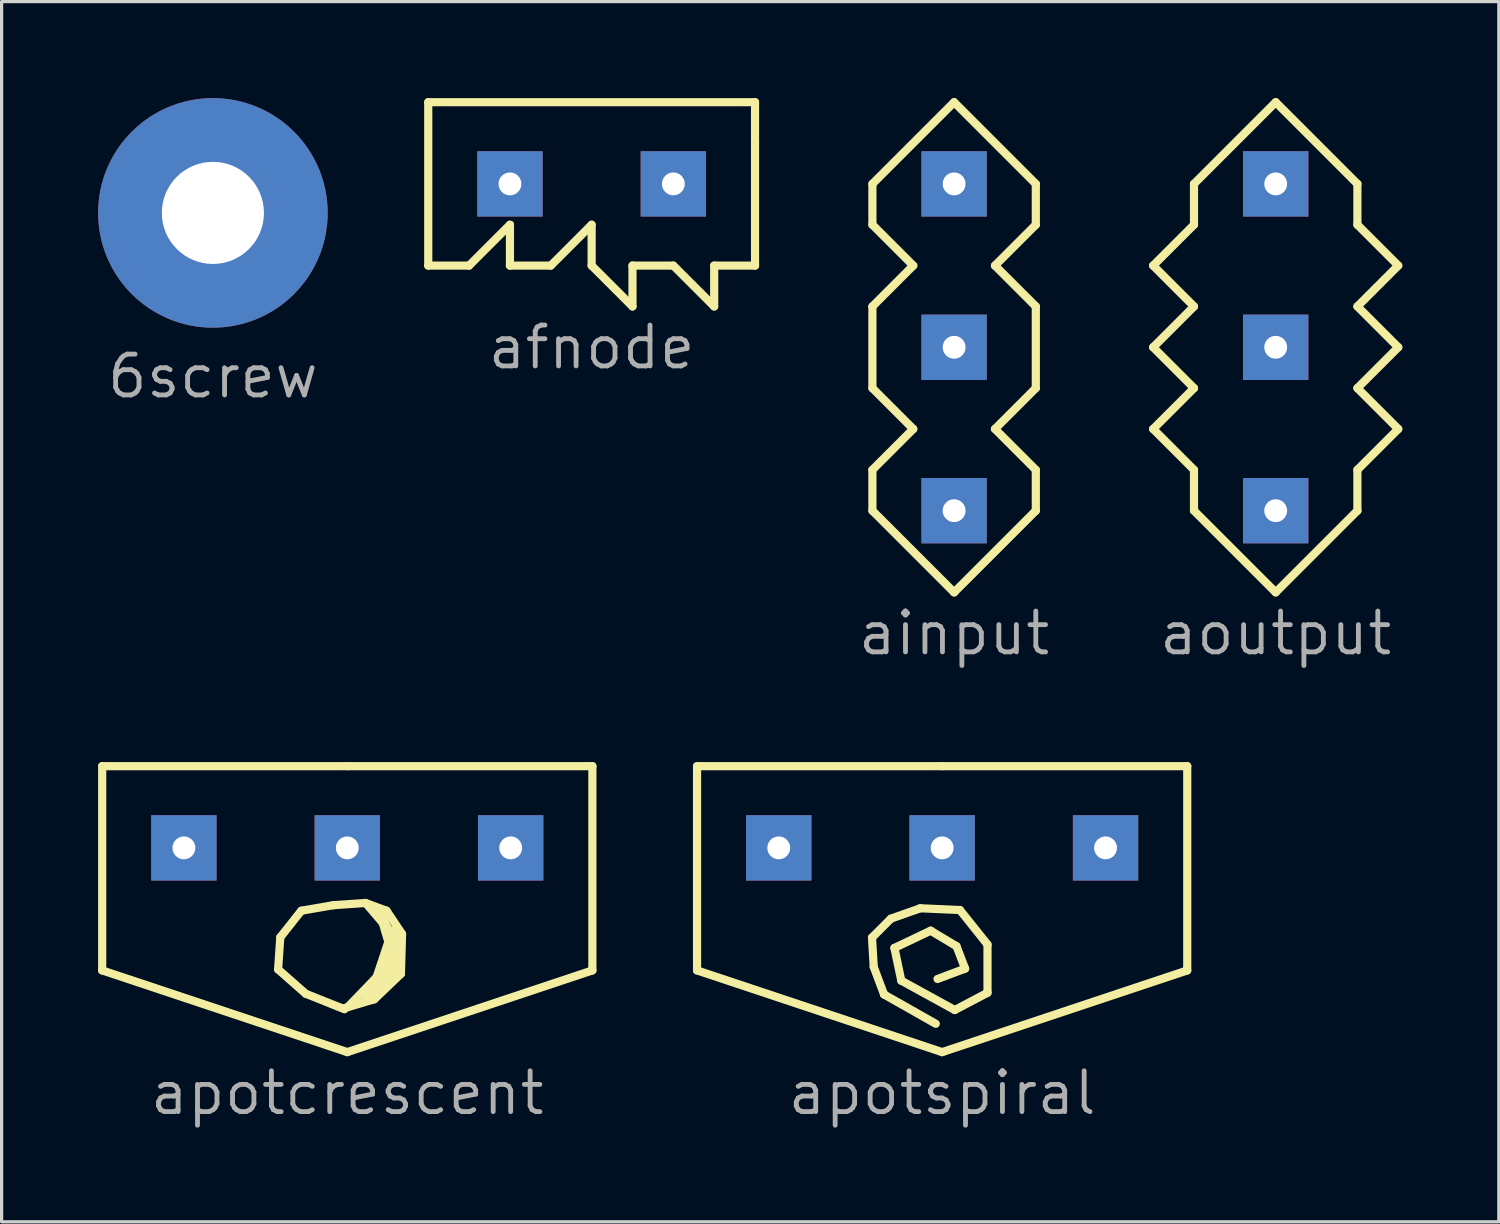
<source format=kicad_pcb>
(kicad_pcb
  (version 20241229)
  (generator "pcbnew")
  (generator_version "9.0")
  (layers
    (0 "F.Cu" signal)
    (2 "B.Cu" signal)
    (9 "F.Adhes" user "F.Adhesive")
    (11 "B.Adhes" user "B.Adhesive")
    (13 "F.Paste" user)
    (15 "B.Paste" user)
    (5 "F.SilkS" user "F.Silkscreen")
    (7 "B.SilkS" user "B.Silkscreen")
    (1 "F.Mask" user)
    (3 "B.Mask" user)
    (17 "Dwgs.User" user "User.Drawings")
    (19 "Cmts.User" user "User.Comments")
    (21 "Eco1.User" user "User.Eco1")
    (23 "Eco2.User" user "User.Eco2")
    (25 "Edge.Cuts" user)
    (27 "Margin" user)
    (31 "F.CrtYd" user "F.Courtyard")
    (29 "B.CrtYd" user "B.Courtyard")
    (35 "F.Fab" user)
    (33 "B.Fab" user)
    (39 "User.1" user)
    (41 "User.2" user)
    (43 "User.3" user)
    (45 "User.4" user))
  (footprint "apotcrescent"
    (layer "F.Cu")
    (at 7.747 27.12)
    (property "Reference" "apotcrescent" (at 0 3.81 0) (layer "F.Fab") (effects (font (size 1.27 1.27) (thickness 0.15))))
    (attr through_hole)
    (fp_line (start -7.62 -6.35) (end 0 -6.35) (stroke (width 0.254) (type default)) (layer "F.SilkS"))
    (fp_line (start -7.62 0) (end -7.62 -6.35) (stroke (width 0.254) (type default)) (layer "F.SilkS"))
    (fp_line (start -2.151 -0.032) (end -2.083 -1.03) (stroke (width 0.254) (type default)) (layer "F.SilkS"))
    (fp_line (start -2.083 -1.03) (end -1.429 -1.856) (stroke (width 0.254) (type default)) (layer "F.SilkS"))
    (fp_line (start -1.429 -1.856) (end -0.431 -2.028) (stroke (width 0.254) (type default)) (layer "F.SilkS"))
    (fp_line (start -1.291 0.725) (end -2.151 -0.032) (stroke (width 0.254) (type default)) (layer "F.SilkS"))
    (fp_line (start -0.431 -2.028) (end 0.567 -2.097) (stroke (width 0.254) (type default)) (layer "F.SilkS"))
    (fp_line (start -0.087 1.207) (end -1.291 0.725) (stroke (width 0.254) (type default)) (layer "F.SilkS"))
    (fp_line (start 0 -6.35) (end 7.62 -6.35) (stroke (width 0.254) (type default)) (layer "F.SilkS"))
    (fp_line (start 0 2.54) (end -7.62 0) (stroke (width 0.254) (type default)) (layer "F.SilkS"))
    (fp_line (start 0.016 1.138) (end 0.946 0.174) (stroke (width 0.254) (type default)) (layer "F.SilkS"))
    (fp_line (start 0.567 -2.097) (end 1.221 -1.856) (stroke (width 0.254) (type default)) (layer "F.SilkS"))
    (fp_line (start 0.601 -2.062) (end 1.599 -0.892) (stroke (width 0.254) (type default)) (layer "F.SilkS"))
    (fp_line (start 0.808 0.518) (end 1.393 -1.236) (stroke (width 0.254) (type default)) (layer "F.SilkS"))
    (fp_line (start 0.842 0.897) (end -0.087 1.172) (stroke (width 0.254) (type default)) (layer "F.SilkS"))
    (fp_line (start 1.014 0.45) (end 1.358 -0.686) (stroke (width 0.254) (type default)) (layer "F.SilkS"))
    (fp_line (start 1.221 -1.856) (end 1.703 -1.133) (stroke (width 0.254) (type default)) (layer "F.SilkS"))
    (fp_line (start 1.255 -0.961) (end 0.98 -1.89) (stroke (width 0.254) (type default)) (layer "F.SilkS"))
    (fp_line (start 1.29 0.14) (end 0.567 0.897) (stroke (width 0.254) (type default)) (layer "F.SilkS"))
    (fp_line (start 1.393 -1.064) (end 0.946 -1.925) (stroke (width 0.254) (type default)) (layer "F.SilkS"))
    (fp_line (start 1.496 -1.099) (end 1.324 0.243) (stroke (width 0.254) (type default)) (layer "F.SilkS"))
    (fp_line (start 1.496 0.14) (end 1.565 -1.133) (stroke (width 0.254) (type default)) (layer "F.SilkS"))
    (fp_line (start 1.668 0.106) (end 0.842 0.897) (stroke (width 0.254) (type default)) (layer "F.SilkS"))
    (fp_line (start 1.703 -1.133) (end 1.668 0.106) (stroke (width 0.254) (type default)) (layer "F.SilkS"))
    (fp_line (start 7.62 -6.35) (end 7.62 0) (stroke (width 0.254) (type default)) (layer "F.SilkS"))
    (fp_line (start 7.62 0) (end 0 2.54) (stroke (width 0.254) (type default)) (layer "F.SilkS"))
    (pad "1" thru_hole rect (at 5.08 -3.81) (size 2.032 2.032) (drill 0.711) (layers "*.Cu" "*.Mask"))
    (pad "2" thru_hole rect (at 0 -3.81) (size 2.032 2.032) (drill 0.711) (layers "*.Cu" "*.Mask"))
    (pad "3" thru_hole rect (at -5.08 -3.81) (size 2.032 2.032) (drill 0.711) (layers "*.Cu" "*.Mask")))
  (footprint "afnode"
    (layer "F.Cu")
    (at 15.344 2.667)
    (property "Reference" "afnode" (at 0 5.08 0) (layer "F.Fab") (effects (font (size 1.27 1.27) (thickness 0.15))))
    (attr through_hole)
    (fp_line (start -5.08 -2.54) (end 5.08 -2.54) (stroke (width 0.254) (type default)) (layer "F.SilkS"))
    (fp_line (start -5.08 2.54) (end -5.08 -2.54) (stroke (width 0.254) (type default)) (layer "F.SilkS"))
    (fp_line (start -3.81 2.54) (end -5.08 2.54) (stroke (width 0.254) (type default)) (layer "F.SilkS"))
    (fp_line (start -2.54 1.27) (end -3.81 2.54) (stroke (width 0.254) (type default)) (layer "F.SilkS"))
    (fp_line (start -2.54 2.54) (end -2.54 1.27) (stroke (width 0.254) (type default)) (layer "F.SilkS"))
    (fp_line (start -1.27 2.54) (end -2.54 2.54) (stroke (width 0.254) (type default)) (layer "F.SilkS"))
    (fp_line (start 0 1.27) (end -1.27 2.54) (stroke (width 0.254) (type default)) (layer "F.SilkS"))
    (fp_line (start 0 2.54) (end 0 1.27) (stroke (width 0.254) (type default)) (layer "F.SilkS"))
    (fp_line (start 1.27 2.54) (end 1.27 3.81) (stroke (width 0.254) (type default)) (layer "F.SilkS"))
    (fp_line (start 1.27 3.81) (end 0 2.54) (stroke (width 0.254) (type default)) (layer "F.SilkS"))
    (fp_line (start 2.54 2.54) (end 1.27 2.54) (stroke (width 0.254) (type default)) (layer "F.SilkS"))
    (fp_line (start 3.81 2.54) (end 3.81 3.81) (stroke (width 0.254) (type default)) (layer "F.SilkS"))
    (fp_line (start 3.81 3.81) (end 2.54 2.54) (stroke (width 0.254) (type default)) (layer "F.SilkS"))
    (fp_line (start 5.08 -2.54) (end 5.08 -1.27) (stroke (width 0.254) (type default)) (layer "F.SilkS"))
    (fp_line (start 5.08 -1.27) (end 5.08 2.54) (stroke (width 0.254) (type default)) (layer "F.SilkS"))
    (fp_line (start 5.08 2.54) (end 3.81 2.54) (stroke (width 0.254) (type default)) (layer "F.SilkS"))
    (pad "1" thru_hole rect (at -2.54 0) (size 2.032 2.032) (drill 0.711) (layers "*.Cu" "*.Mask"))
    (pad "2" thru_hole rect (at 2.54 0) (size 2.032 2.032) (drill 0.711) (layers "*.Cu" "*.Mask")))
  (footprint "apotspiral"
    (layer "F.Cu")
    (at 26.241 27.12)
    (property "Reference" "apotspiral" (at 0 3.81 0) (layer "F.Fab") (effects (font (size 1.27 1.27) (thickness 0.15))))
    (attr through_hole)
    (fp_line (start -7.62 -6.35) (end 0 -6.35) (stroke (width 0.254) (type default)) (layer "F.SilkS"))
    (fp_line (start -7.62 0) (end -7.62 -6.35) (stroke (width 0.254) (type default)) (layer "F.SilkS"))
    (fp_line (start -2.181 -1.021) (end -1.591 -1.61) (stroke (width 0.254) (type default)) (layer "F.SilkS"))
    (fp_line (start -2.127 -0.109) (end -2.181 -1.021) (stroke (width 0.254) (type default)) (layer "F.SilkS"))
    (fp_line (start -1.806 0.748) (end -2.127 -0.109) (stroke (width 0.254) (type default)) (layer "F.SilkS"))
    (fp_line (start -1.591 -1.61) (end -0.68 -1.932) (stroke (width 0.254) (type default)) (layer "F.SilkS"))
    (fp_line (start -1.484 -0.699) (end -0.358 -1.235) (stroke (width 0.254) (type default)) (layer "F.SilkS"))
    (fp_line (start -1.27 0.319) (end -1.484 -0.699) (stroke (width 0.254) (type default)) (layer "F.SilkS"))
    (fp_line (start -0.68 -1.932) (end 0.553 -1.878) (stroke (width 0.254) (type default)) (layer "F.SilkS"))
    (fp_line (start -0.358 -1.235) (end 0.446 -0.753) (stroke (width 0.254) (type default)) (layer "F.SilkS"))
    (fp_line (start -0.198 1.659) (end -1.806 0.748) (stroke (width 0.254) (type default)) (layer "F.SilkS"))
    (fp_line (start 0 -6.35) (end 7.62 -6.35) (stroke (width 0.254) (type default)) (layer "F.SilkS"))
    (fp_line (start 0 2.54) (end -7.62 0) (stroke (width 0.254) (type default)) (layer "F.SilkS"))
    (fp_line (start 0.392 1.231) (end -1.27 0.319) (stroke (width 0.254) (type default)) (layer "F.SilkS"))
    (fp_line (start 0.446 -0.753) (end 0.714 -0.056) (stroke (width 0.254) (type default)) (layer "F.SilkS"))
    (fp_line (start 0.553 -1.878) (end 1.41 -0.806) (stroke (width 0.254) (type default)) (layer "F.SilkS"))
    (fp_line (start 0.714 -0.056) (end -0.144 0.266) (stroke (width 0.254) (type default)) (layer "F.SilkS"))
    (fp_line (start 1.41 -0.806) (end 1.41 0.695) (stroke (width 0.254) (type default)) (layer "F.SilkS"))
    (fp_line (start 1.41 0.695) (end 0.392 1.231) (stroke (width 0.254) (type default)) (layer "F.SilkS"))
    (fp_line (start 7.62 -6.35) (end 7.62 0) (stroke (width 0.254) (type default)) (layer "F.SilkS"))
    (fp_line (start 7.62 0) (end 0 2.54) (stroke (width 0.254) (type default)) (layer "F.SilkS"))
    (pad "1" thru_hole rect (at 5.08 -3.81) (size 2.032 2.032) (drill 0.711) (layers "*.Cu" "*.Mask"))
    (pad "2" thru_hole rect (at 0 -3.81) (size 2.032 2.032) (drill 0.711) (layers "*.Cu" "*.Mask"))
    (pad "3" thru_hole rect (at -5.08 -3.81) (size 2.032 2.032) (drill 0.711) (layers "*.Cu" "*.Mask")))
  (footprint "aoutput"
    (layer "F.Cu")
    (at 36.611 10.287)
    (property "Reference" "aoutput" (at 0 6.35 0) (layer "F.Fab") (effects (font (size 1.27 1.27) (thickness 0.15))))
    (attr through_hole)
    (fp_line (start -3.81 -5.08) (end -2.54 -6.35) (stroke (width 0.254) (type default)) (layer "F.SilkS"))
    (fp_line (start -3.81 -2.54) (end -2.54 -3.81) (stroke (width 0.254) (type default)) (layer "F.SilkS"))
    (fp_line (start -3.81 0) (end -2.54 -1.27) (stroke (width 0.254) (type default)) (layer "F.SilkS"))
    (fp_line (start -2.54 -7.62) (end 0 -10.16) (stroke (width 0.254) (type default)) (layer "F.SilkS"))
    (fp_line (start -2.54 -6.35) (end -2.54 -7.62) (stroke (width 0.254) (type default)) (layer "F.SilkS"))
    (fp_line (start -2.54 -3.81) (end -3.81 -5.08) (stroke (width 0.254) (type default)) (layer "F.SilkS"))
    (fp_line (start -2.54 -1.27) (end -3.81 -2.54) (stroke (width 0.254) (type default)) (layer "F.SilkS"))
    (fp_line (start -2.54 1.27) (end -3.81 0) (stroke (width 0.254) (type default)) (layer "F.SilkS"))
    (fp_line (start -2.54 2.54) (end -2.54 1.27) (stroke (width 0.254) (type default)) (layer "F.SilkS"))
    (fp_line (start 0 -10.16) (end 2.54 -7.62) (stroke (width 0.254) (type default)) (layer "F.SilkS"))
    (fp_line (start 0 5.08) (end -2.54 2.54) (stroke (width 0.254) (type default)) (layer "F.SilkS"))
    (fp_line (start 2.54 -7.62) (end 2.54 -6.35) (stroke (width 0.254) (type default)) (layer "F.SilkS"))
    (fp_line (start 2.54 -6.35) (end 3.81 -5.08) (stroke (width 0.254) (type default)) (layer "F.SilkS"))
    (fp_line (start 2.54 -3.81) (end 3.81 -2.54) (stroke (width 0.254) (type default)) (layer "F.SilkS"))
    (fp_line (start 2.54 -1.27) (end 3.81 0) (stroke (width 0.254) (type default)) (layer "F.SilkS"))
    (fp_line (start 2.54 1.27) (end 2.54 2.54) (stroke (width 0.254) (type default)) (layer "F.SilkS"))
    (fp_line (start 2.54 2.54) (end 0 5.08) (stroke (width 0.254) (type default)) (layer "F.SilkS"))
    (fp_line (start 3.81 -5.08) (end 2.54 -3.81) (stroke (width 0.254) (type default)) (layer "F.SilkS"))
    (fp_line (start 3.81 -2.54) (end 2.54 -1.27) (stroke (width 0.254) (type default)) (layer "F.SilkS"))
    (fp_line (start 3.81 0) (end 2.54 1.27) (stroke (width 0.254) (type default)) (layer "F.SilkS"))
    (pad "1" thru_hole rect (at 0 -7.62) (size 2.032 2.032) (drill 0.711) (layers "*.Cu" "*.Mask"))
    (pad "2" thru_hole rect (at 0 2.54) (size 2.032 2.032) (drill 0.711) (layers "*.Cu" "*.Mask"))
    (pad "3" thru_hole rect (at 0 -2.54) (size 2.032 2.032) (drill 0.711) (layers "*.Cu" "*.Mask")))
  (footprint "6screw"
    (layer "F.Cu")
    (at 3.569 3.569)
    (property "Reference" "6screw" (at 0 5.08 0) (layer "F.Fab") (effects (font (size 1.27 1.27) (thickness 0.15))))
    (attr through_hole)
    (pad "1" thru_hole circle (at 0 0) (size 7.137 7.137) (drill 3.175) (layers "*.Cu" "*.Mask")))
  (footprint "ainput"
    (layer "F.Cu")
    (at 26.613 10.287)
    (property "Reference" "ainput" (at 0 6.35 0) (layer "F.Fab") (effects (font (size 1.27 1.27) (thickness 0.15))))
    (attr through_hole)
    (fp_line (start -2.54 -7.62) (end -2.54 -6.35) (stroke (width 0.254) (type default)) (layer "F.SilkS"))
    (fp_line (start -2.54 -6.35) (end -1.27 -5.08) (stroke (width 0.254) (type default)) (layer "F.SilkS"))
    (fp_line (start -2.54 -3.81) (end -2.54 -1.27) (stroke (width 0.254) (type default)) (layer "F.SilkS"))
    (fp_line (start -2.54 -1.27) (end -1.27 0) (stroke (width 0.254) (type default)) (layer "F.SilkS"))
    (fp_line (start -2.54 1.27) (end -2.54 2.54) (stroke (width 0.254) (type default)) (layer "F.SilkS"))
    (fp_line (start -2.54 2.54) (end 0 5.08) (stroke (width 0.254) (type default)) (layer "F.SilkS"))
    (fp_line (start -1.27 -5.08) (end -2.54 -3.81) (stroke (width 0.254) (type default)) (layer "F.SilkS"))
    (fp_line (start -1.27 0) (end -2.54 1.27) (stroke (width 0.254) (type default)) (layer "F.SilkS"))
    (fp_line (start 0 -10.16) (end -2.54 -7.62) (stroke (width 0.254) (type default)) (layer "F.SilkS"))
    (fp_line (start 0 5.08) (end 2.54 2.54) (stroke (width 0.254) (type default)) (layer "F.SilkS"))
    (fp_line (start 1.27 -5.08) (end 2.54 -6.35) (stroke (width 0.254) (type default)) (layer "F.SilkS"))
    (fp_line (start 1.27 0) (end 2.54 -1.27) (stroke (width 0.254) (type default)) (layer "F.SilkS"))
    (fp_line (start 2.54 -7.62) (end 0 -10.16) (stroke (width 0.254) (type default)) (layer "F.SilkS"))
    (fp_line (start 2.54 -6.35) (end 2.54 -7.62) (stroke (width 0.254) (type default)) (layer "F.SilkS"))
    (fp_line (start 2.54 -3.81) (end 1.27 -5.08) (stroke (width 0.254) (type default)) (layer "F.SilkS"))
    (fp_line (start 2.54 -1.27) (end 2.54 -3.81) (stroke (width 0.254) (type default)) (layer "F.SilkS"))
    (fp_line (start 2.54 1.27) (end 1.27 0) (stroke (width 0.254) (type default)) (layer "F.SilkS"))
    (fp_line (start 2.54 2.54) (end 2.54 1.27) (stroke (width 0.254) (type default)) (layer "F.SilkS"))
    (pad "1" thru_hole rect (at 0 -7.62) (size 2.032 2.032) (drill 0.711) (layers "*.Cu" "*.Mask"))
    (pad "2" thru_hole rect (at 0 2.54) (size 2.032 2.032) (drill 0.711) (layers "*.Cu" "*.Mask"))
    (pad "3" thru_hole rect (at 0 -2.54) (size 2.032 2.032) (drill 0.711) (layers "*.Cu" "*.Mask")))
  (gr_rect
    (start -3 -3)
    (end 43.548 34.936)
    (stroke (width 0.1) (type default))
    (fill no)
    (layer "Edge.Cuts")))
</source>
